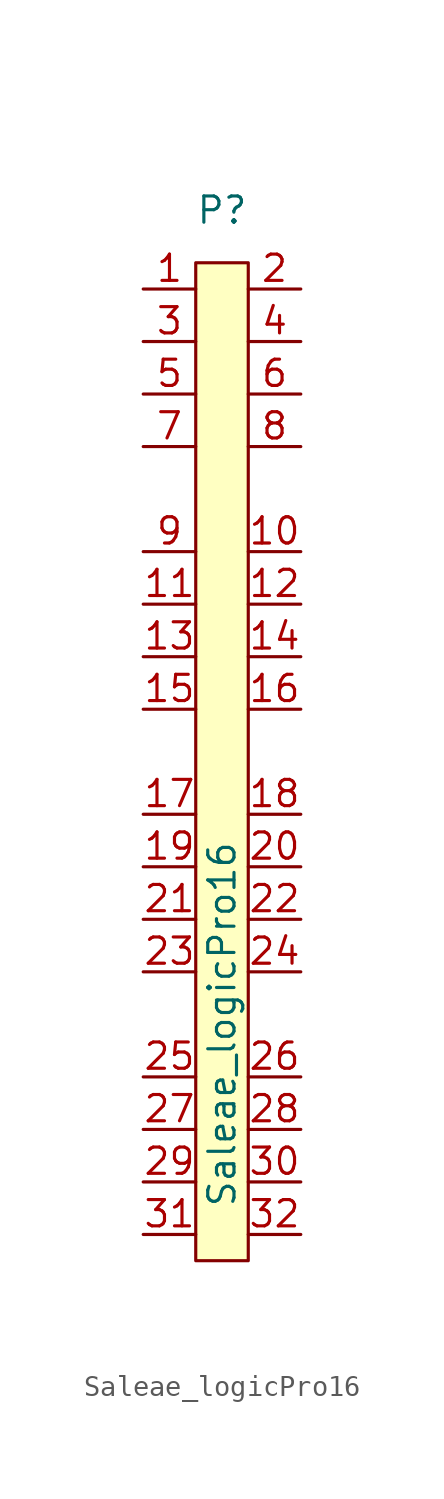
<source format=kicad_sym>
(kicad_symbol_lib
  (version 20231120)
  (generator "kicad_symbol_editor")
  (generator_version "8.0")
  (symbol "Saleae_logicPro16"
    (property "Reference" "P"
      (at 0 26.67 0)
      (effects (font (size 1.27 1.27))))
    (property "Value" "Saleae_logicPro16"
      (at 0 -12.7 90)
      (effects (font (size 1.27 1.27))))
    (symbol "Saleae_logicPro16_1_1"
      (rectangle (start -1.27 24.13) (end 1.27 -24.13) (stroke (width 0) (type default)) (fill (type background)))
      (pin passive line (at -3.81 22.86 0) (length 2.54) (name "~" (effects (font (size 1.27 1.27)))) (number "1" (effects (font (size 1.27 1.27)))))
      (pin passive line (at 3.81 10.16 180) (length 2.54) (name "~" (effects (font (size 1.27 1.27)))) (number "10" (effects (font (size 1.27 1.27)))))
      (pin passive line (at -3.81 7.62 0) (length 2.54) (name "~" (effects (font (size 1.27 1.27)))) (number "11" (effects (font (size 1.27 1.27)))))
      (pin passive line (at 3.81 7.62 180) (length 2.54) (name "~" (effects (font (size 1.27 1.27)))) (number "12" (effects (font (size 1.27 1.27)))))
      (pin passive line (at -3.81 5.08 0) (length 2.54) (name "~" (effects (font (size 1.27 1.27)))) (number "13" (effects (font (size 1.27 1.27)))))
      (pin passive line (at 3.81 5.08 180) (length 2.54) (name "~" (effects (font (size 1.27 1.27)))) (number "14" (effects (font (size 1.27 1.27)))))
      (pin passive line (at -3.81 2.54 0) (length 2.54) (name "~" (effects (font (size 1.27 1.27)))) (number "15" (effects (font (size 1.27 1.27)))))
      (pin passive line (at 3.81 2.54 180) (length 2.54) (name "~" (effects (font (size 1.27 1.27)))) (number "16" (effects (font (size 1.27 1.27)))))
      (pin passive line (at -3.81 -2.54 0) (length 2.54) (name "~" (effects (font (size 1.27 1.27)))) (number "17" (effects (font (size 1.27 1.27)))))
      (pin passive line (at 3.81 -2.54 180) (length 2.54) (name "~" (effects (font (size 1.27 1.27)))) (number "18" (effects (font (size 1.27 1.27)))))
      (pin passive line (at -3.81 -5.08 0) (length 2.54) (name "~" (effects (font (size 1.27 1.27)))) (number "19" (effects (font (size 1.27 1.27)))))
      (pin passive line (at 3.81 22.86 180) (length 2.54) (name "~" (effects (font (size 1.27 1.27)))) (number "2" (effects (font (size 1.27 1.27)))))
      (pin passive line (at 3.81 -5.08 180) (length 2.54) (name "~" (effects (font (size 1.27 1.27)))) (number "20" (effects (font (size 1.27 1.27)))))
      (pin passive line (at -3.81 -7.62 0) (length 2.54) (name "~" (effects (font (size 1.27 1.27)))) (number "21" (effects (font (size 1.27 1.27)))))
      (pin passive line (at 3.81 -7.62 180) (length 2.54) (name "~" (effects (font (size 1.27 1.27)))) (number "22" (effects (font (size 1.27 1.27)))))
      (pin passive line (at -3.81 -10.16 0) (length 2.54) (name "~" (effects (font (size 1.27 1.27)))) (number "23" (effects (font (size 1.27 1.27)))))
      (pin passive line (at 3.81 -10.16 180) (length 2.54) (name "~" (effects (font (size 1.27 1.27)))) (number "24" (effects (font (size 1.27 1.27)))))
      (pin passive line (at -3.81 -15.24 0) (length 2.54) (name "~" (effects (font (size 1.27 1.27)))) (number "25" (effects (font (size 1.27 1.27)))))
      (pin passive line (at 3.81 -15.24 180) (length 2.54) (name "~" (effects (font (size 1.27 1.27)))) (number "26" (effects (font (size 1.27 1.27)))))
      (pin passive line (at -3.81 -17.78 0) (length 2.54) (name "~" (effects (font (size 1.27 1.27)))) (number "27" (effects (font (size 1.27 1.27)))))
      (pin passive line (at 3.81 -17.78 180) (length 2.54) (name "~" (effects (font (size 1.27 1.27)))) (number "28" (effects (font (size 1.27 1.27)))))
      (pin passive line (at -3.81 -20.32 0) (length 2.54) (name "~" (effects (font (size 1.27 1.27)))) (number "29" (effects (font (size 1.27 1.27)))))
      (pin passive line (at -3.81 20.32 0) (length 2.54) (name "~" (effects (font (size 1.27 1.27)))) (number "3" (effects (font (size 1.27 1.27)))))
      (pin passive line (at 3.81 -20.32 180) (length 2.54) (name "~" (effects (font (size 1.27 1.27)))) (number "30" (effects (font (size 1.27 1.27)))))
      (pin passive line (at -3.81 -22.86 0) (length 2.54) (name "~" (effects (font (size 1.27 1.27)))) (number "31" (effects (font (size 1.27 1.27)))))
      (pin passive line (at 3.81 -22.86 180) (length 2.54) (name "~" (effects (font (size 1.27 1.27)))) (number "32" (effects (font (size 1.27 1.27)))))
      (pin passive line (at 3.81 20.32 180) (length 2.54) (name "~" (effects (font (size 1.27 1.27)))) (number "4" (effects (font (size 1.27 1.27)))))
      (pin passive line (at -3.81 17.78 0) (length 2.54) (name "~" (effects (font (size 1.27 1.27)))) (number "5" (effects (font (size 1.27 1.27)))))
      (pin passive line (at 3.81 17.78 180) (length 2.54) (name "~" (effects (font (size 1.27 1.27)))) (number "6" (effects (font (size 1.27 1.27)))))
      (pin passive line (at -3.81 15.24 0) (length 2.54) (name "~" (effects (font (size 1.27 1.27)))) (number "7" (effects (font (size 1.27 1.27)))))
      (pin passive line (at 3.81 15.24 180) (length 2.54) (name "~" (effects (font (size 1.27 1.27)))) (number "8" (effects (font (size 1.27 1.27)))))
      (pin passive line (at -3.81 10.16 0) (length 2.54) (name "~" (effects (font (size 1.27 1.27)))) (number "9" (effects (font (size 1.27 1.27))))))))
</source>
